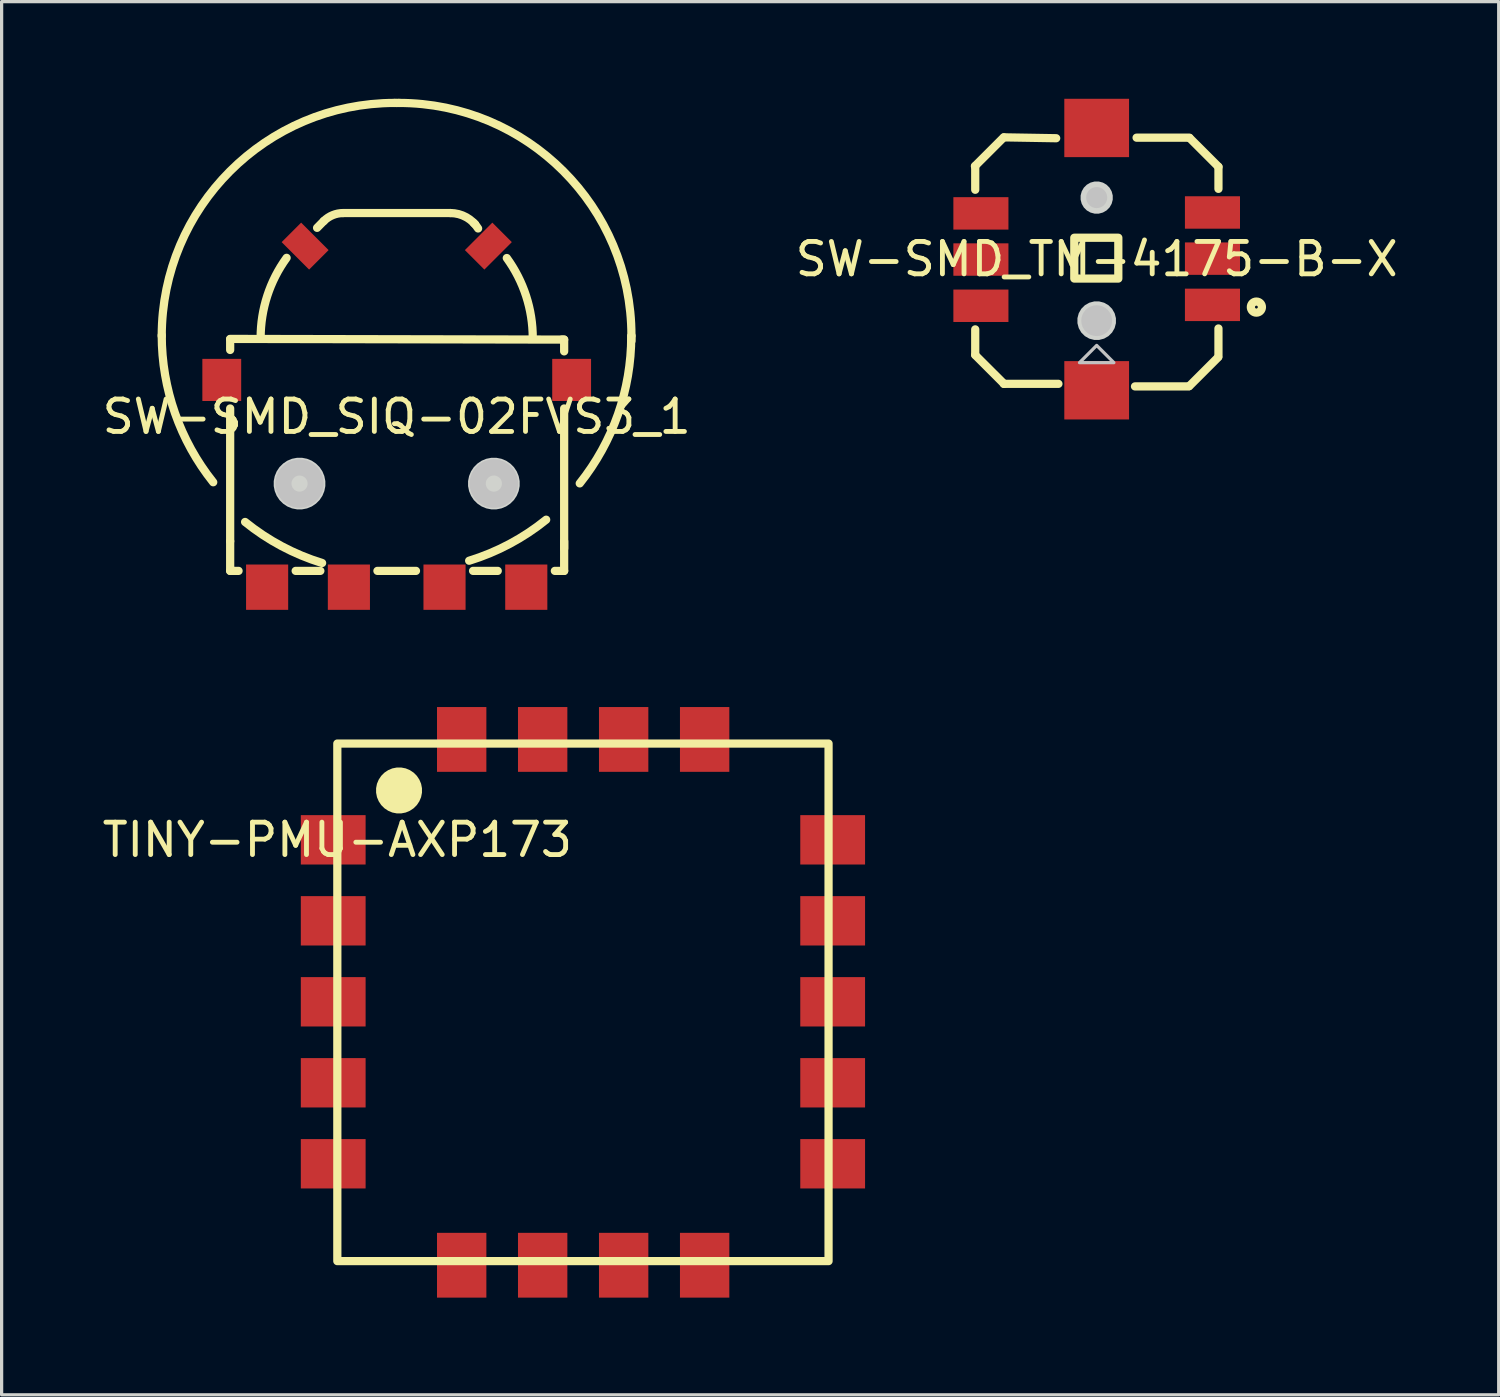
<source format=kicad_pcb>
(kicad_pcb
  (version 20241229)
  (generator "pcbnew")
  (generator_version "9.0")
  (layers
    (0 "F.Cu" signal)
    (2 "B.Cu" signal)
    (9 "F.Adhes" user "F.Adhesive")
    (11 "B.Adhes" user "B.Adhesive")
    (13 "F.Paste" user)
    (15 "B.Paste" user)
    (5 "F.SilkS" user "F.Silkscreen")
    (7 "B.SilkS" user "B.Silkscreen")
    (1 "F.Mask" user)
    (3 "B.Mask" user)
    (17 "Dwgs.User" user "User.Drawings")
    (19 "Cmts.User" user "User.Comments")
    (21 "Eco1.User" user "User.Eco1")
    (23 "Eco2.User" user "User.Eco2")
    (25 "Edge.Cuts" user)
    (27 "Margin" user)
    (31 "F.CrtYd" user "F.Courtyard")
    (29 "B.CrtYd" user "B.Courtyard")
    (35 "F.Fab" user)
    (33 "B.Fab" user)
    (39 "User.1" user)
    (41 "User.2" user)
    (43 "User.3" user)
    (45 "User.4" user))
  (footprint "TINY-PMU-AXP173"
    (layer "F.Cu")
    (at 7.363 22.875)
    (property "Reference" "TINY-PMU-AXP173" (at 0 0 0) (layer "F.SilkS") (effects (font (size 1 1) (thickness 0.15))))
    (fp_rect (start 0 -2.972) (end 15.164 13.005) (stroke (width 0.254) (type default)) (fill no) (layer "F.SilkS"))
    (fp_poly (pts (xy 2.613 -1.594) (xy 2.586 -1.731) (xy 2.532 -1.859) (xy 2.455 -1.975) (xy 2.356 -2.074) (xy 2.24 -2.151) (xy 2.112 -2.205) (xy 1.975 -2.232) (xy 1.835 -2.232) (xy 1.698 -2.205) (xy 1.57 -2.151) (xy 1.454 -2.074) (xy 1.355 -1.975) (xy 1.278 -1.859) (xy 1.224 -1.731) (xy 1.197 -1.594) (xy 1.197 -1.454) (xy 1.224 -1.317) (xy 1.278 -1.189) (xy 1.355 -1.073) (xy 1.454 -0.974) (xy 1.57 -0.897) (xy 1.698 -0.843) (xy 1.835 -0.816) (xy 1.975 -0.816) (xy 2.112 -0.843) (xy 2.24 -0.897) (xy 2.356 -0.974) (xy 2.455 -1.073) (xy 2.532 -1.189) (xy 2.586 -1.317) (xy 2.613 -1.454)) (stroke (width 0) (type default)) (fill yes) (layer "F.SilkS"))
    (pad "1" smd rect (at -0.127 0) (size 2 1.524) (layers "F.Cu" "F.Mask" "F.Paste"))
    (pad "2" smd rect (at -0.127 2.5) (size 2 1.524) (layers "F.Cu" "F.Mask" "F.Paste"))
    (pad "3" smd rect (at -0.127 5) (size 2 1.524) (layers "F.Cu" "F.Mask" "F.Paste"))
    (pad "4" smd rect (at -0.127 7.5) (size 2 1.524) (layers "F.Cu" "F.Mask" "F.Paste"))
    (pad "5" smd rect (at -0.127 10) (size 2 1.524) (layers "F.Cu" "F.Mask" "F.Paste"))
    (pad "6" smd rect (at 3.839 13.132) (size 1.524 2) (layers "F.Cu" "F.Mask" "F.Paste"))
    (pad "7" smd rect (at 6.339 13.132) (size 1.524 2) (layers "F.Cu" "F.Mask" "F.Paste"))
    (pad "8" smd rect (at 8.839 13.132) (size 1.524 2) (layers "F.Cu" "F.Mask" "F.Paste"))
    (pad "9" smd rect (at 11.339 13.132) (size 1.524 2) (layers "F.Cu" "F.Mask" "F.Paste"))
    (pad "10" smd rect (at 15.291 10) (size 2 1.524) (layers "F.Cu" "F.Mask" "F.Paste"))
    (pad "11" smd rect (at 15.291 7.5) (size 2 1.524) (layers "F.Cu" "F.Mask" "F.Paste"))
    (pad "12" smd rect (at 15.291 5) (size 2 1.524) (layers "F.Cu" "F.Mask" "F.Paste"))
    (pad "13" smd rect (at 15.291 2.5) (size 2 1.524) (layers "F.Cu" "F.Mask" "F.Paste"))
    (pad "14" smd rect (at 15.291 0) (size 2 1.524) (layers "F.Cu" "F.Mask" "F.Paste"))
    (pad "15" smd rect (at 11.339 -3.099) (size 1.524 2) (layers "F.Cu" "F.Mask" "F.Paste"))
    (pad "16" smd rect (at 8.839 -3.099) (size 1.524 2) (layers "F.Cu" "F.Mask" "F.Paste"))
    (pad "17" smd rect (at 6.339 -3.099) (size 1.524 2) (layers "F.Cu" "F.Mask" "F.Paste"))
    (pad "18" smd rect (at 3.839 -3.099) (size 1.524 2) (layers "F.Cu" "F.Mask" "F.Paste")))
  (footprint "SW-SMD_TM-4175-B-X"
    (layer "F.Cu")
    (at 30.804 4.949)
    (property "Reference" "SW-SMD_TM-4175-B-X" (at 0 0 0) (layer "F.SilkS") (effects (font (size 1 1) (thickness 0.15))))
    (fp_line (start -3.759 -2.87) (end -2.87 -3.759) (stroke (width 0.254) (type default)) (layer "F.SilkS"))
    (fp_line (start -3.749 -2.141) (end -3.749 -2.876) (stroke (width 0.254) (type default)) (layer "F.SilkS"))
    (fp_line (start -3.749 2.954) (end -3.749 2.169) (stroke (width 0.254) (type default)) (layer "F.SilkS"))
    (fp_line (start -2.86 -3.759) (end -1.25 -3.732) (stroke (width 0.254) (type default)) (layer "F.SilkS"))
    (fp_line (start -2.86 3.85) (end -3.749 2.962) (stroke (width 0.254) (type default)) (layer "F.SilkS"))
    (fp_line (start -1.181 3.85) (end -2.868 3.85) (stroke (width 0.254) (type default)) (layer "F.SilkS"))
    (fp_line (start 1.232 -3.749) (end 2.86 -3.749) (stroke (width 0.254) (type default)) (layer "F.SilkS"))
    (fp_line (start 2.84 3.929) (end 1.183 3.929) (stroke (width 0.254) (type default)) (layer "F.SilkS"))
    (fp_line (start 2.86 3.919) (end 3.749 3.03) (stroke (width 0.254) (type default)) (layer "F.SilkS"))
    (fp_line (start 3.759 -2.85) (end 2.87 -3.739) (stroke (width 0.254) (type default)) (layer "F.SilkS"))
    (fp_line (start 3.759 -2.85) (end 3.759 -2.169) (stroke (width 0.254) (type default)) (layer "F.SilkS"))
    (fp_line (start 3.759 2.141) (end 3.759 3.01) (stroke (width 0.254) (type default)) (layer "F.SilkS"))
    (fp_rect (start -0.691 -0.66) (end 0.668 0.6) (stroke (width 0.254) (type default)) (fill no) (layer "F.SilkS"))
    (fp_circle (center 4.93 1.481) (end 5.101 1.481) (stroke (width 0.254) (type default)) (fill no) (layer "F.SilkS"))
    (fp_circle (center 0 -1.9) (end 0.163 -1.9) (stroke (width 0.325) (type default)) (fill no) (layer "Dwgs.User"))
    (fp_circle (center 0 1.9) (end 0.239 1.9) (stroke (width 0.475) (type default)) (fill no) (layer "Dwgs.User"))
    (fp_poly (pts (xy -0.531 3.196) (xy 0 2.664) (xy 0.531 3.196)) (stroke (width 0.1) (type default)) (fill no) (layer "Dwgs.User"))
    (fp_poly (pts (xy 0.496 -1.965) (xy 0.462 -2.092) (xy 0.397 -2.205) (xy 0.305 -2.297) (xy 0.192 -2.362) (xy 0.065 -2.396) (xy -0.065 -2.396) (xy -0.192 -2.362) (xy -0.305 -2.297) (xy -0.397 -2.205) (xy -0.462 -2.092) (xy -0.496 -1.965) (xy -0.496 -1.835) (xy -0.462 -1.708) (xy -0.397 -1.595) (xy -0.305 -1.503) (xy -0.192 -1.438) (xy -0.065 -1.404) (xy 0.065 -1.404) (xy 0.192 -1.438) (xy 0.305 -1.503) (xy 0.397 -1.595) (xy 0.462 -1.708) (xy 0.496 -1.835)) (stroke (width 0) (type default)) (fill yes) (layer "Edge.Cuts"))
    (fp_poly (pts (xy 0.594 1.822) (xy 0.554 1.671) (xy 0.476 1.535) (xy 0.365 1.424) (xy 0.229 1.346) (xy 0.078 1.306) (xy -0.078 1.306) (xy -0.229 1.346) (xy -0.365 1.424) (xy -0.476 1.535) (xy -0.554 1.671) (xy -0.594 1.822) (xy -0.594 1.978) (xy -0.554 2.129) (xy -0.476 2.265) (xy -0.365 2.376) (xy -0.229 2.454) (xy -0.078 2.494) (xy 0.078 2.494) (xy 0.229 2.454) (xy 0.365 2.376) (xy 0.476 2.265) (xy 0.554 2.129) (xy 0.594 1.978)) (stroke (width 0) (type default)) (fill yes) (layer "Edge.Cuts"))
    (fp_poly (pts (xy -3.749 -1.76) (xy -2.55 -1.76) (xy -2.55 -1.062) (xy -3.749 -1.062)) (stroke (width 0.1) (type default)) (fill no) (layer "User.1"))
    (fp_poly (pts (xy -3.749 -0.336) (xy -2.55 -0.336) (xy -2.55 0.363) (xy -3.749 0.363)) (stroke (width 0.1) (type default)) (fill no) (layer "User.1"))
    (fp_poly (pts (xy -3.749 1.089) (xy -2.55 1.089) (xy -2.55 1.788) (xy -3.749 1.788)) (stroke (width 0.1) (type default)) (fill no) (layer "User.1"))
    (fp_poly (pts (xy -0.5 -4.25) (xy 0.5 -4.25) (xy 0.5 -3.551) (xy -0.5 -3.551)) (stroke (width 0.1) (type default)) (fill no) (layer "User.1"))
    (fp_poly (pts (xy -0.5 3.551) (xy 0.5 3.551) (xy 0.5 4.25) (xy -0.5 4.25)) (stroke (width 0.1) (type default)) (fill no) (layer "User.1"))
    (fp_poly (pts (xy 2.55 -1.788) (xy 3.749 -1.788) (xy 3.749 -1.089) (xy 2.55 -1.089)) (stroke (width 0.1) (type default)) (fill no) (layer "User.1"))
    (fp_poly (pts (xy 2.55 -0.363) (xy 3.749 -0.363) (xy 3.749 0.336) (xy 2.55 0.336)) (stroke (width 0.1) (type default)) (fill no) (layer "User.1"))
    (fp_poly (pts (xy 2.55 1.062) (xy 3.749 1.062) (xy 3.749 1.76) (xy 2.55 1.76)) (stroke (width 0.1) (type default)) (fill no) (layer "User.1"))
    (fp_line (start -3.749 -2.85) (end -3.749 2.85) (stroke (width 0.051) (type default)) (layer "User.2"))
    (fp_line (start -3.749 2.85) (end -2.85 3.749) (stroke (width 0.051) (type default)) (layer "User.2"))
    (fp_line (start -2.85 -3.749) (end -3.749 -2.85) (stroke (width 0.051) (type default)) (layer "User.2"))
    (fp_line (start -2.85 3.749) (end 2.789 3.749) (stroke (width 0.051) (type default)) (layer "User.2"))
    (fp_line (start 2.789 3.749) (end 2.85 3.749) (stroke (width 0.051) (type default)) (layer "User.2"))
    (fp_line (start 2.85 -3.749) (end -2.85 -3.749) (stroke (width 0.051) (type default)) (layer "User.2"))
    (fp_line (start 2.85 3.749) (end 3.749 2.85) (stroke (width 0.051) (type default)) (layer "User.2"))
    (fp_line (start 3.749 -2.85) (end 2.85 -3.749) (stroke (width 0.051) (type default)) (layer "User.2"))
    (fp_line (start 3.749 2.85) (end 3.749 -2.85) (stroke (width 0.051) (type default)) (layer "User.2"))
    (fp_poly (pts (xy 3.805 4.226) (xy 3.772 4.193) (xy 3.726 4.193) (xy 3.693 4.226) (xy 3.693 4.273) (xy 3.726 4.306) (xy 3.772 4.306) (xy 3.805 4.273)) (stroke (width 0.1) (type default)) (fill no) (layer "User.3"))
    (pad "1" smd rect (at 3.574 1.412) (size 1.7 1.001) (layers "F.Cu" "F.Mask" "F.Paste"))
    (pad "2" smd rect (at 3.574 -0.015) (size 1.7 1.001) (layers "F.Cu" "F.Mask" "F.Paste"))
    (pad "3" smd rect (at 3.574 -1.44) (size 1.7 1.001) (layers "F.Cu" "F.Mask" "F.Paste"))
    (pad "4" smd rect (at -3.574 1.44) (size 1.7 1.001) (layers "F.Cu" "F.Mask" "F.Paste"))
    (pad "5" smd rect (at -3.574 0.013) (size 1.7 1.001) (layers "F.Cu" "F.Mask" "F.Paste"))
    (pad "6" smd rect (at -3.574 -1.412) (size 1.7 1.001) (layers "F.Cu" "F.Mask" "F.Paste"))
    (pad "7" smd rect (at 0 -4.049) (size 1.999 1.801) (layers "F.Cu" "F.Mask" "F.Paste"))
    (pad "7" smd rect (at 0 4.049) (size 1.999 1.801) (layers "F.Cu" "F.Mask" "F.Paste")))
  (footprint "SW-SMD_SIQ-02FVS3_1"
    (layer "F.Cu")
    (at 9.196 9.813)
    (property "Reference" "SW-SMD_SIQ-02FVS3_1" (at 0 0 0) (layer "F.SilkS") (effects (font (size 1 1) (thickness 0.15))))
    (fp_line (start -5.141 -2.401) (end 5.101 -2.38) (stroke (width 0.254) (type default)) (layer "F.SilkS"))
    (fp_line (start -5.141 -2.06) (end -5.141 -2.393) (stroke (width 0.254) (type default)) (layer "F.SilkS"))
    (fp_line (start -5.141 3.845) (end -5.141 -0.254) (stroke (width 0.254) (type default)) (layer "F.SilkS"))
    (fp_line (start -5.141 4.76) (end -5.141 3.845) (stroke (width 0.254) (type default)) (layer "F.SilkS"))
    (fp_line (start -5.04 4.76) (end -5.141 4.76) (stroke (width 0.254) (type default)) (layer "F.SilkS"))
    (fp_line (start -4.882 4.76) (end -5.04 4.76) (stroke (width 0.254) (type default)) (layer "F.SilkS"))
    (fp_line (start -2.357 4.76) (end -3.119 4.76) (stroke (width 0.254) (type default)) (layer "F.SilkS"))
    (fp_line (start -2.251 -6.04) (end -2.458 -5.83) (stroke (width 0.254) (type default)) (layer "F.SilkS"))
    (fp_line (start -1.656 -6.287) (end 1.656 -6.287) (stroke (width 0.254) (type default)) (layer "F.SilkS"))
    (fp_line (start 0 -9.685) (end -0.059 -9.685) (stroke (width 0.254) (type default)) (layer "F.SilkS"))
    (fp_line (start 0.064 -9.685) (end 0 -9.685) (stroke (width 0.254) (type default)) (layer "F.SilkS"))
    (fp_line (start 0.595 4.76) (end -0.595 4.76) (stroke (width 0.254) (type default)) (layer "F.SilkS"))
    (fp_line (start 2.37 -5.989) (end 2.421 -5.941) (stroke (width 0.254) (type default)) (layer "F.SilkS"))
    (fp_line (start 3.119 4.76) (end 2.357 4.76) (stroke (width 0.254) (type default)) (layer "F.SilkS"))
    (fp_line (start 5.101 -2.38) (end 5.169 -2.38) (stroke (width 0.254) (type default)) (layer "F.SilkS"))
    (fp_line (start 5.169 -2.38) (end 5.169 -2.017) (stroke (width 0.254) (type default)) (layer "F.SilkS"))
    (fp_line (start 5.169 -0.254) (end 5.169 4.069) (stroke (width 0.254) (type default)) (layer "F.SilkS"))
    (fp_line (start 5.169 3.845) (end 5.169 4.76) (stroke (width 0.254) (type default)) (layer "F.SilkS"))
    (fp_line (start 5.169 4.76) (end 4.882 4.76) (stroke (width 0.254) (type default)) (layer "F.SilkS"))
    (fp_line (start 7.247 -2.502) (end 7.247 -2.337) (stroke (width 0.254) (type default)) (layer "F.SilkS"))
    (fp_arc (start -7.2535 -2.4895) (mid -5.14584 -7.57784) (end -0.0575 -9.686) (stroke (width 0.254) (type default)) (layer "F.SilkS"))
    (fp_arc (start -5.664 2.0235) (mid -6.844568 -0.110883) (end -7.2535 -2.5155) (stroke (width 0.254) (type default)) (layer "F.SilkS"))
    (fp_arc (start -4.2 -2.436) (mid -3.994644 -3.733235) (end -3.3985 -4.9035) (stroke (width 0.254) (type default)) (layer "F.SilkS"))
    (fp_arc (start -2.3025 4.5165) (mid -3.551922 3.997138) (end -4.68 3.25) (stroke (width 0.254) (type default)) (layer "F.SilkS"))
    (fp_arc (start -2.2505 -6.039) (mid -1.977512 -6.221405) (end -1.6555 -6.286) (stroke (width 0.254) (type default)) (layer "F.SilkS"))
    (fp_arc (start 0.063 -9.686) (mid 5.142148 -7.582148) (end 7.246 -2.503) (stroke (width 0.254) (type default)) (layer "F.SilkS"))
    (fp_arc (start 1.6555 -6.286) (mid 2.145763 -6.159174) (end 2.513 -5.8105) (stroke (width 0.254) (type default)) (layer "F.SilkS"))
    (fp_arc (start 3.3985 -4.8975) (mid 3.994458 -3.727174) (end 4.2 -2.43) (stroke (width 0.254) (type default)) (layer "F.SilkS"))
    (fp_arc (start 4.614 3.18) (mid 3.485869 3.927029) (end 2.2365 4.4465) (stroke (width 0.254) (type default)) (layer "F.SilkS"))
    (fp_arc (start 7.24 -2.48) (mid 6.831133 -0.07537) (end 5.6505 2.059) (stroke (width 0.254) (type default)) (layer "F.SilkS"))
    (fp_circle (center -2.999 2.065) (end -2.751 2.065) (stroke (width 0.5) (type default)) (fill no) (layer "Dwgs.User"))
    (fp_circle (center 2.999 2.065) (end 3.248 2.065) (stroke (width 0.5) (type default)) (fill no) (layer "Dwgs.User"))
    (fp_poly (pts (xy -2.203 1.987) (xy -2.234 1.833) (xy -2.294 1.688) (xy -2.381 1.557) (xy -2.492 1.447) (xy -2.622 1.359) (xy -2.767 1.299) (xy -2.921 1.269) (xy -3.078 1.269) (xy -3.232 1.299) (xy -3.377 1.359) (xy -3.507 1.447) (xy -3.618 1.557) (xy -3.705 1.688) (xy -3.765 1.833) (xy -3.796 1.987) (xy -3.796 2.143) (xy -3.765 2.297) (xy -3.705 2.442) (xy -3.618 2.573) (xy -3.507 2.683) (xy -3.377 2.771) (xy -3.232 2.831) (xy -3.078 2.861) (xy -2.921 2.861) (xy -2.767 2.831) (xy -2.622 2.771) (xy -2.492 2.683) (xy -2.381 2.573) (xy -2.294 2.442) (xy -2.234 2.297) (xy -2.203 2.143)) (stroke (width 0) (type default)) (fill yes) (layer "Edge.Cuts"))
    (fp_poly (pts (xy 3.796 1.987) (xy 3.765 1.833) (xy 3.705 1.688) (xy 3.618 1.557) (xy 3.507 1.447) (xy 3.377 1.359) (xy 3.232 1.299) (xy 3.078 1.269) (xy 2.921 1.269) (xy 2.767 1.299) (xy 2.622 1.359) (xy 2.492 1.447) (xy 2.381 1.557) (xy 2.294 1.688) (xy 2.234 1.833) (xy 2.203 1.987) (xy 2.203 2.143) (xy 2.234 2.297) (xy 2.294 2.442) (xy 2.381 2.573) (xy 2.492 2.683) (xy 2.622 2.771) (xy 2.767 2.831) (xy 2.921 2.861) (xy 3.078 2.861) (xy 3.232 2.831) (xy 3.377 2.771) (xy 3.507 2.683) (xy 3.618 2.573) (xy 3.705 2.442) (xy 3.765 2.297) (xy 3.796 2.143)) (stroke (width 0) (type default)) (fill yes) (layer "Edge.Cuts"))
    (fp_poly (pts (xy -5.649 -1.636) (xy -5.151 -1.636) (xy -5.151 -0.635) (xy -5.649 -0.635)) (stroke (width 0.1) (type default)) (fill no) (layer "User.1"))
    (fp_poly (pts (xy -4.501 4.663) (xy -3.5 4.663) (xy -3.5 5.164) (xy -4.501 5.164)) (stroke (width 0.1) (type default)) (fill no) (layer "User.1"))
    (fp_poly (pts (xy -2.723 -5.723) (xy -2.37 -5.37) (xy -2.933 -4.806) (xy -3.287 -5.159)) (stroke (width 0.1) (type default)) (fill no) (layer "User.1"))
    (fp_poly (pts (xy -1.976 4.663) (xy -0.976 4.663) (xy -0.976 5.164) (xy -1.976 5.164)) (stroke (width 0.1) (type default)) (fill no) (layer "User.1"))
    (fp_poly (pts (xy 0.976 4.663) (xy 1.976 4.663) (xy 1.976 5.164) (xy 0.976 5.164)) (stroke (width 0.1) (type default)) (fill no) (layer "User.1"))
    (fp_poly (pts (xy 3.287 -5.159) (xy 2.933 -4.806) (xy 2.37 -5.37) (xy 2.723 -5.723)) (stroke (width 0.1) (type default)) (fill no) (layer "User.1"))
    (fp_poly (pts (xy 3.5 4.663) (xy 4.501 4.663) (xy 4.501 5.164) (xy 3.5 5.164)) (stroke (width 0.1) (type default)) (fill no) (layer "User.1"))
    (fp_poly (pts (xy 5.151 -1.636) (xy 5.649 -1.636) (xy 5.649 -0.635) (xy 5.151 -0.635)) (stroke (width 0.1) (type default)) (fill no) (layer "User.1"))
    (fp_line (start -7.254 -2.53) (end -7.254 -2.288) (stroke (width 0.051) (type default)) (layer "User.2"))
    (fp_line (start -5.151 2.789) (end -5.151 4.814) (stroke (width 0.051) (type default)) (layer "User.2"))
    (fp_line (start -5.151 4.814) (end 5.151 4.814) (stroke (width 0.051) (type default)) (layer "User.2"))
    (fp_line (start 0 -9.685) (end -0.097 -9.685) (stroke (width 0.051) (type default)) (layer "User.2"))
    (fp_line (start 0.099 -9.685) (end 0 -9.685) (stroke (width 0.051) (type default)) (layer "User.2"))
    (fp_line (start 5.151 4.814) (end 5.151 2.69) (stroke (width 0.051) (type default)) (layer "User.2"))
    (fp_line (start 7.247 -2.37) (end 7.247 -2.538) (stroke (width 0.051) (type default)) (layer "User.2"))
    (fp_arc (start -7.254 -2.53) (mid -5.156996 -7.589617) (end -0.0965 -9.685) (stroke (width 0.051) (type default)) (layer "User.2"))
    (fp_arc (start -5.151 2.789) (mid -6.707573 0.459423) (end -7.254 -2.2885) (stroke (width 0.051) (type default)) (layer "User.2"))
    (fp_arc (start 0.099 -9.685) (mid 5.153046 -7.591546) (end 7.2465 -2.5375) (stroke (width 0.051) (type default)) (layer "User.2"))
    (fp_arc (start 7.2465 -2.37) (mid 6.701954 0.368369) (end 5.151 2.69) (stroke (width 0.051) (type default)) (layer "User.2"))
    (fp_poly (pts (xy -7.198 5.141) (xy -7.231 5.108) (xy -7.277 5.108) (xy -7.31 5.141) (xy -7.31 5.187) (xy -7.277 5.22) (xy -7.231 5.22) (xy -7.198 5.187)) (stroke (width 0.1) (type default)) (fill no) (layer "User.3"))
    (pad "0" smd rect (at -5.4 -1.135) (size 1.199 1.3) (layers "F.Cu" "F.Mask" "F.Paste"))
    (pad "0" smd rect (at -2.827 -5.266 45) (size 0.851 1.199) (layers "F.Cu" "F.Mask" "F.Paste"))
    (pad "0" smd rect (at 2.829 -5.266 135) (size 0.851 1.199) (layers "F.Cu" "F.Mask" "F.Paste"))
    (pad "0" smd rect (at 5.4 -1.135) (size 1.199 1.3) (layers "F.Cu" "F.Mask" "F.Paste"))
    (pad "A" smd rect (at -4 5.263) (size 1.3 1.399) (layers "F.Cu" "F.Mask" "F.Paste"))
    (pad "B" smd rect (at 4 5.263) (size 1.3 1.399) (layers "F.Cu" "F.Mask" "F.Paste"))
    (pad "C" smd rect (at 1.476 5.263) (size 1.3 1.399) (layers "F.Cu" "F.Mask" "F.Paste"))
    (pad "S" smd rect (at -1.476 5.263) (size 1.3 1.399) (layers "F.Cu" "F.Mask" "F.Paste")))
  (gr_rect
    (start -3 -3)
    (end 43.214 40.007)
    (stroke (width 0.1) (type default))
    (fill no)
    (layer "Edge.Cuts")))
</source>
